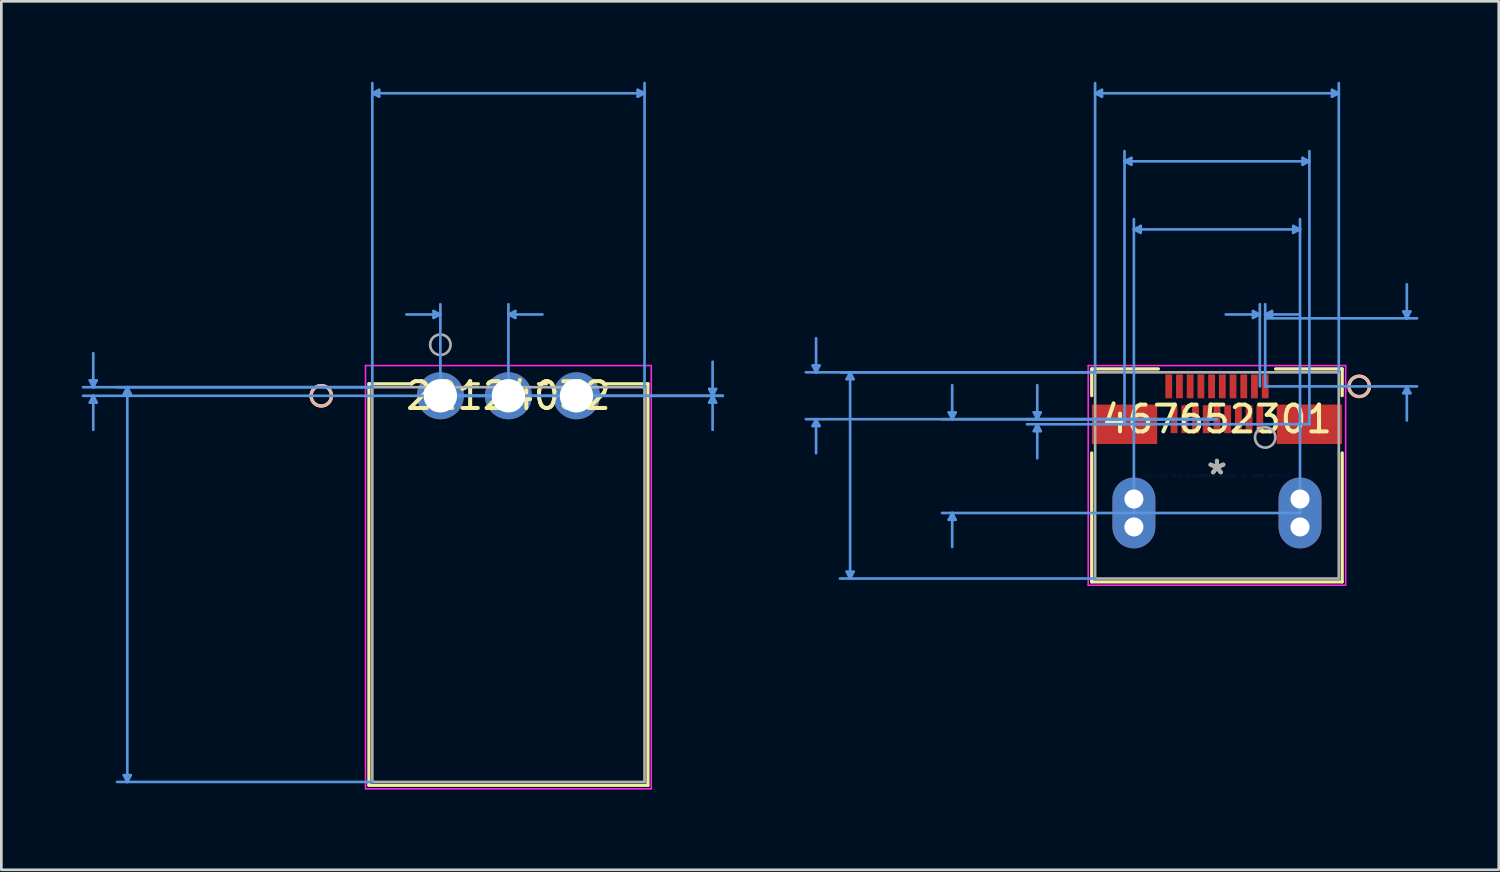
<source format=kicad_pcb>
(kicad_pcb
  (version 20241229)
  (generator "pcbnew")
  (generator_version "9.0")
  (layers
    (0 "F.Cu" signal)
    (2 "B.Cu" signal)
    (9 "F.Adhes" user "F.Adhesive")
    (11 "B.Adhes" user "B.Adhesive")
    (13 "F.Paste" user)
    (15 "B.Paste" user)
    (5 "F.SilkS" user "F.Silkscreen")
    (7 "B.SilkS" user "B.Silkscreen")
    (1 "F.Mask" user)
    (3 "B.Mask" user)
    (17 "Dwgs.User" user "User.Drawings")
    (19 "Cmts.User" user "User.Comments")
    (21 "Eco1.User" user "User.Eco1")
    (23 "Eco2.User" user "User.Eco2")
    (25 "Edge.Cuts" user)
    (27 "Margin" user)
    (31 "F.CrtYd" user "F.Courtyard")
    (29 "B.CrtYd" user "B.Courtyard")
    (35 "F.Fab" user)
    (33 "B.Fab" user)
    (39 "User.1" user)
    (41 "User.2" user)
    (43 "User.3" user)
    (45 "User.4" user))
  (footprint "22124032"
    (layer "F.Cu")
    (at 13.385 11.721)
    (property "Reference" "22124032" (at 2.54 0 0) (layer "F.SilkS") (effects (font (size 1 1) (thickness 0.15))))
    (attr through_hole)
    (fp_line (start -2.667 -0.447) (end -2.667 14.539) (stroke (width 0.12) (type solid)) (layer "F.SilkS"))
    (fp_line (start -2.667 14.539) (end 7.747 14.539) (stroke (width 0.12) (type solid)) (layer "F.SilkS"))
    (fp_line (start -1.123 -0.447) (end -2.667 -0.447) (stroke (width 0.12) (type solid)) (layer "F.SilkS"))
    (fp_line (start 1.417 -0.447) (end 1.123 -0.447) (stroke (width 0.12) (type solid)) (layer "F.SilkS"))
    (fp_line (start 3.957 -0.447) (end 3.663 -0.447) (stroke (width 0.12) (type solid)) (layer "F.SilkS"))
    (fp_line (start 7.747 -0.447) (end 6.203 -0.447) (stroke (width 0.12) (type solid)) (layer "F.SilkS"))
    (fp_line (start 7.747 14.539) (end 7.747 -0.447) (stroke (width 0.12) (type solid)) (layer "F.SilkS"))
    (fp_circle (center -4.445 0) (end -4.064 0) (stroke (width 0.12) (type solid)) (fill no) (layer "F.SilkS"))
    (fp_circle (center -4.445 0) (end -4.064 0) (stroke (width 0.12) (type solid)) (fill no) (layer "B.SilkS"))
    (fp_line (start -13.081 -0.574) (end -12.827 -0.574) (stroke (width 0.1) (type solid)) (layer "Cmts.User"))
    (fp_line (start -13.081 0.254) (end -12.827 0.254) (stroke (width 0.1) (type solid)) (layer "Cmts.User"))
    (fp_line (start -12.954 -0.32) (end -13.081 -0.574) (stroke (width 0.1) (type solid)) (layer "Cmts.User"))
    (fp_line (start -12.954 -0.32) (end -12.954 -1.59) (stroke (width 0.1) (type solid)) (layer "Cmts.User"))
    (fp_line (start -12.954 -0.32) (end -12.827 -0.574) (stroke (width 0.1) (type solid)) (layer "Cmts.User"))
    (fp_line (start -12.954 0) (end -13.081 0.254) (stroke (width 0.1) (type solid)) (layer "Cmts.User"))
    (fp_line (start -12.954 0) (end -12.954 1.27) (stroke (width 0.1) (type solid)) (layer "Cmts.User"))
    (fp_line (start -12.954 0) (end -12.827 0.254) (stroke (width 0.1) (type solid)) (layer "Cmts.User"))
    (fp_line (start -11.811 -0.066) (end -11.557 -0.066) (stroke (width 0.1) (type solid)) (layer "Cmts.User"))
    (fp_line (start -11.811 14.158) (end -11.557 14.158) (stroke (width 0.1) (type solid)) (layer "Cmts.User"))
    (fp_line (start -11.684 -0.32) (end -11.811 -0.066) (stroke (width 0.1) (type solid)) (layer "Cmts.User"))
    (fp_line (start -11.684 -0.32) (end -11.684 14.412) (stroke (width 0.1) (type solid)) (layer "Cmts.User"))
    (fp_line (start -11.684 -0.32) (end -11.557 -0.066) (stroke (width 0.1) (type solid)) (layer "Cmts.User"))
    (fp_line (start -11.684 14.412) (end -11.811 14.158) (stroke (width 0.1) (type solid)) (layer "Cmts.User"))
    (fp_line (start -11.684 14.412) (end -11.557 14.158) (stroke (width 0.1) (type solid)) (layer "Cmts.User"))
    (fp_line (start -2.54 -11.29) (end -2.286 -11.417) (stroke (width 0.1) (type solid)) (layer "Cmts.User"))
    (fp_line (start -2.54 -11.29) (end -2.286 -11.163) (stroke (width 0.1) (type solid)) (layer "Cmts.User"))
    (fp_line (start -2.54 -11.29) (end 7.62 -11.29) (stroke (width 0.1) (type solid)) (layer "Cmts.User"))
    (fp_line (start -2.54 -0.32) (end -13.335 -0.32) (stroke (width 0.1) (type solid)) (layer "Cmts.User"))
    (fp_line (start -2.54 -0.32) (end -12.065 -0.32) (stroke (width 0.1) (type solid)) (layer "Cmts.User"))
    (fp_line (start -2.54 -0.32) (end -2.54 -11.671) (stroke (width 0.1) (type solid)) (layer "Cmts.User"))
    (fp_line (start -2.54 14.412) (end -12.065 14.412) (stroke (width 0.1) (type solid)) (layer "Cmts.User"))
    (fp_line (start -2.286 -11.417) (end -2.286 -11.163) (stroke (width 0.1) (type solid)) (layer "Cmts.User"))
    (fp_line (start -0.254 -3.162) (end -0.254 -2.908) (stroke (width 0.1) (type solid)) (layer "Cmts.User"))
    (fp_line (start 0 -3.035) (end -1.27 -3.035) (stroke (width 0.1) (type solid)) (layer "Cmts.User"))
    (fp_line (start 0 -3.035) (end -0.254 -3.162) (stroke (width 0.1) (type solid)) (layer "Cmts.User"))
    (fp_line (start 0 -3.035) (end -0.254 -2.908) (stroke (width 0.1) (type solid)) (layer "Cmts.User"))
    (fp_line (start 0 0) (end 0 -3.416) (stroke (width 0.1) (type solid)) (layer "Cmts.User"))
    (fp_line (start 0 0) (end 10.541 0) (stroke (width 0.1) (type solid)) (layer "Cmts.User"))
    (fp_line (start 0 0) (end 10.541 0) (stroke (width 0.1) (type solid)) (layer "Cmts.User"))
    (fp_line (start 2.54 -3.035) (end 2.794 -3.162) (stroke (width 0.1) (type solid)) (layer "Cmts.User"))
    (fp_line (start 2.54 -3.035) (end 2.794 -2.908) (stroke (width 0.1) (type solid)) (layer "Cmts.User"))
    (fp_line (start 2.54 -3.035) (end 3.81 -3.035) (stroke (width 0.1) (type solid)) (layer "Cmts.User"))
    (fp_line (start 2.54 0) (end -13.335 0) (stroke (width 0.1) (type solid)) (layer "Cmts.User"))
    (fp_line (start 2.54 0) (end 2.54 -3.416) (stroke (width 0.1) (type solid)) (layer "Cmts.User"))
    (fp_line (start 2.794 -3.162) (end 2.794 -2.908) (stroke (width 0.1) (type solid)) (layer "Cmts.User"))
    (fp_line (start 7.366 -11.417) (end 7.366 -11.163) (stroke (width 0.1) (type solid)) (layer "Cmts.User"))
    (fp_line (start 7.62 -11.29) (end 7.366 -11.417) (stroke (width 0.1) (type solid)) (layer "Cmts.User"))
    (fp_line (start 7.62 -11.29) (end 7.366 -11.163) (stroke (width 0.1) (type solid)) (layer "Cmts.User"))
    (fp_line (start 7.62 -0.32) (end 7.62 -11.671) (stroke (width 0.1) (type solid)) (layer "Cmts.User"))
    (fp_line (start 10.033 -0.254) (end 10.287 -0.254) (stroke (width 0.1) (type solid)) (layer "Cmts.User"))
    (fp_line (start 10.033 0.254) (end 10.287 0.254) (stroke (width 0.1) (type solid)) (layer "Cmts.User"))
    (fp_line (start 10.16 0) (end 10.033 -0.254) (stroke (width 0.1) (type solid)) (layer "Cmts.User"))
    (fp_line (start 10.16 0) (end 10.033 0.254) (stroke (width 0.1) (type solid)) (layer "Cmts.User"))
    (fp_line (start 10.16 0) (end 10.16 -1.27) (stroke (width 0.1) (type solid)) (layer "Cmts.User"))
    (fp_line (start 10.16 0) (end 10.16 1.27) (stroke (width 0.1) (type solid)) (layer "Cmts.User"))
    (fp_line (start 10.16 0) (end 10.287 -0.254) (stroke (width 0.1) (type solid)) (layer "Cmts.User"))
    (fp_line (start 10.16 0) (end 10.287 0.254) (stroke (width 0.1) (type solid)) (layer "Cmts.User"))
    (fp_line (start -2.794 -1.13) (end -2.794 14.666) (stroke (width 0.05) (type solid)) (layer "F.CrtYd"))
    (fp_line (start -2.794 -1.13) (end -2.794 14.666) (stroke (width 0.05) (type solid)) (layer "F.CrtYd"))
    (fp_line (start -2.794 14.666) (end 7.874 14.666) (stroke (width 0.05) (type solid)) (layer "F.CrtYd"))
    (fp_line (start -2.794 14.666) (end 7.874 14.666) (stroke (width 0.05) (type solid)) (layer "F.CrtYd"))
    (fp_line (start 7.874 -1.13) (end -2.794 -1.13) (stroke (width 0.05) (type solid)) (layer "F.CrtYd"))
    (fp_line (start 7.874 -1.13) (end -2.794 -1.13) (stroke (width 0.05) (type solid)) (layer "F.CrtYd"))
    (fp_line (start 7.874 14.666) (end 7.874 -1.13) (stroke (width 0.05) (type solid)) (layer "F.CrtYd"))
    (fp_line (start 7.874 14.666) (end 7.874 -1.13) (stroke (width 0.05) (type solid)) (layer "F.CrtYd"))
    (fp_line (start -2.54 -0.32) (end -2.54 14.412) (stroke (width 0.1) (type solid)) (layer "F.Fab"))
    (fp_line (start -2.54 14.412) (end 7.62 14.412) (stroke (width 0.1) (type solid)) (layer "F.Fab"))
    (fp_line (start 7.62 -0.32) (end -2.54 -0.32) (stroke (width 0.1) (type solid)) (layer "F.Fab"))
    (fp_line (start 7.62 14.412) (end 7.62 -0.32) (stroke (width 0.1) (type solid)) (layer "F.Fab"))
    (fp_circle (center 0 -1.905) (end 0.381 -1.905) (stroke (width 0.1) (type solid)) (fill no) (layer "F.Fab"))
    (fp_text user "*" (at 0 0 0) (layer "F.SilkS") (effects (font (size 1 1) (thickness 0.15))))
    (fp_text user "Copyright 2021 Accelerated Designs. All rights reserved." (at 0 0 0) (layer "Cmts.User") (effects (font (size 0.127 0.127) (thickness 0.002))))
    (fp_text user "*" (at 0 0 0) (layer "F.Fab") (effects (font (size 1 1) (thickness 0.15))))
    (pad "1" thru_hole circle (at 0 0) (size 1.753 1.753) (drill 1.245) (layers "*.Cu" "*.Mask"))
    (pad "2" thru_hole circle (at 2.54 0) (size 1.753 1.753) (drill 1.245) (layers "*.Cu" "*.Mask"))
    (pad "3" thru_hole circle (at 5.08 0) (size 1.753 1.753) (drill 1.245) (layers "*.Cu" "*.Mask")))
  (footprint "467652301"
    (layer "F.Cu")
    (at 42.368 14.693)
    (property "Reference" "467652301" (at 0 -2.098 0) (layer "F.SilkS") (effects (font (size 1 1) (thickness 0.15))))
    (attr through_hole)
    (fp_line (start -4.674 -3.975) (end -4.674 -2.977) (stroke (width 0.12) (type solid)) (layer "F.SilkS"))
    (fp_line (start -4.674 -0.839) (end -4.674 3.975) (stroke (width 0.12) (type solid)) (layer "F.SilkS"))
    (fp_line (start -4.674 3.975) (end 4.674 3.975) (stroke (width 0.12) (type solid)) (layer "F.SilkS"))
    (fp_line (start -2.187 -3.975) (end -4.674 -3.975) (stroke (width 0.12) (type solid)) (layer "F.SilkS"))
    (fp_line (start 4.674 -3.975) (end 2.187 -3.975) (stroke (width 0.12) (type solid)) (layer "F.SilkS"))
    (fp_line (start 4.674 -2.977) (end 4.674 -3.975) (stroke (width 0.12) (type solid)) (layer "F.SilkS"))
    (fp_line (start 4.674 3.975) (end 4.674 -0.839) (stroke (width 0.12) (type solid)) (layer "F.SilkS"))
    (fp_circle (center 5.309 -3.323) (end 5.69 -3.323) (stroke (width 0.12) (type solid)) (fill no) (layer "F.SilkS"))
    (fp_circle (center 5.309 -3.323) (end 5.69 -3.323) (stroke (width 0.12) (type solid)) (fill no) (layer "B.SilkS"))
    (fp_line (start -15.088 -4.102) (end -14.834 -4.102) (stroke (width 0.1) (type solid)) (layer "Cmts.User"))
    (fp_line (start -15.088 -1.844) (end -14.834 -1.844) (stroke (width 0.1) (type solid)) (layer "Cmts.User"))
    (fp_line (start -14.961 -3.848) (end -15.088 -4.102) (stroke (width 0.1) (type solid)) (layer "Cmts.User"))
    (fp_line (start -14.961 -3.848) (end -14.961 -5.118) (stroke (width 0.1) (type solid)) (layer "Cmts.User"))
    (fp_line (start -14.961 -3.848) (end -14.834 -4.102) (stroke (width 0.1) (type solid)) (layer "Cmts.User"))
    (fp_line (start -14.961 -2.098) (end -15.088 -1.844) (stroke (width 0.1) (type solid)) (layer "Cmts.User"))
    (fp_line (start -14.961 -2.098) (end -14.961 -0.828) (stroke (width 0.1) (type solid)) (layer "Cmts.User"))
    (fp_line (start -14.961 -2.098) (end -14.834 -1.844) (stroke (width 0.1) (type solid)) (layer "Cmts.User"))
    (fp_line (start -13.818 -3.594) (end -13.564 -3.594) (stroke (width 0.1) (type solid)) (layer "Cmts.User"))
    (fp_line (start -13.818 3.594) (end -13.564 3.594) (stroke (width 0.1) (type solid)) (layer "Cmts.User"))
    (fp_line (start -13.691 -3.848) (end -13.818 -3.594) (stroke (width 0.1) (type solid)) (layer "Cmts.User"))
    (fp_line (start -13.691 -3.848) (end -13.691 3.848) (stroke (width 0.1) (type solid)) (layer "Cmts.User"))
    (fp_line (start -13.691 -3.848) (end -13.564 -3.594) (stroke (width 0.1) (type solid)) (layer "Cmts.User"))
    (fp_line (start -13.691 3.848) (end -13.818 3.594) (stroke (width 0.1) (type solid)) (layer "Cmts.User"))
    (fp_line (start -13.691 3.848) (end -13.564 3.594) (stroke (width 0.1) (type solid)) (layer "Cmts.User"))
    (fp_line (start -10.008 -2.352) (end -9.754 -2.352) (stroke (width 0.1) (type solid)) (layer "Cmts.User"))
    (fp_line (start -10.008 1.656) (end -9.754 1.656) (stroke (width 0.1) (type solid)) (layer "Cmts.User"))
    (fp_line (start -9.881 -2.098) (end -10.008 -2.352) (stroke (width 0.1) (type solid)) (layer "Cmts.User"))
    (fp_line (start -9.881 -2.098) (end -9.881 -3.368) (stroke (width 0.1) (type solid)) (layer "Cmts.User"))
    (fp_line (start -9.881 -2.098) (end -9.754 -2.352) (stroke (width 0.1) (type solid)) (layer "Cmts.User"))
    (fp_line (start -9.881 1.402) (end -10.008 1.656) (stroke (width 0.1) (type solid)) (layer "Cmts.User"))
    (fp_line (start -9.881 1.402) (end -9.881 2.672) (stroke (width 0.1) (type solid)) (layer "Cmts.User"))
    (fp_line (start -9.881 1.402) (end -9.754 1.656) (stroke (width 0.1) (type solid)) (layer "Cmts.User"))
    (fp_line (start -6.833 -2.352) (end -6.579 -2.352) (stroke (width 0.1) (type solid)) (layer "Cmts.User"))
    (fp_line (start -6.833 -1.654) (end -6.579 -1.654) (stroke (width 0.1) (type solid)) (layer "Cmts.User"))
    (fp_line (start -6.706 -2.098) (end -6.833 -2.352) (stroke (width 0.1) (type solid)) (layer "Cmts.User"))
    (fp_line (start -6.706 -2.098) (end -6.706 -3.368) (stroke (width 0.1) (type solid)) (layer "Cmts.User"))
    (fp_line (start -6.706 -2.098) (end -6.579 -2.352) (stroke (width 0.1) (type solid)) (layer "Cmts.User"))
    (fp_line (start -6.706 -1.908) (end -6.833 -1.654) (stroke (width 0.1) (type solid)) (layer "Cmts.User"))
    (fp_line (start -6.706 -1.908) (end -6.706 -0.638) (stroke (width 0.1) (type solid)) (layer "Cmts.User"))
    (fp_line (start -6.706 -1.908) (end -6.579 -1.654) (stroke (width 0.1) (type solid)) (layer "Cmts.User"))
    (fp_line (start -4.547 -14.262) (end -4.293 -14.389) (stroke (width 0.1) (type solid)) (layer "Cmts.User"))
    (fp_line (start -4.547 -14.262) (end -4.293 -14.135) (stroke (width 0.1) (type solid)) (layer "Cmts.User"))
    (fp_line (start -4.547 -14.262) (end 4.547 -14.262) (stroke (width 0.1) (type solid)) (layer "Cmts.User"))
    (fp_line (start -4.547 -3.848) (end -15.342 -3.848) (stroke (width 0.1) (type solid)) (layer "Cmts.User"))
    (fp_line (start -4.547 -3.848) (end -14.072 -3.848) (stroke (width 0.1) (type solid)) (layer "Cmts.User"))
    (fp_line (start -4.547 -3.848) (end -4.547 -14.643) (stroke (width 0.1) (type solid)) (layer "Cmts.User"))
    (fp_line (start -4.547 3.848) (end -14.072 3.848) (stroke (width 0.1) (type solid)) (layer "Cmts.User"))
    (fp_line (start -4.293 -14.389) (end -4.293 -14.135) (stroke (width 0.1) (type solid)) (layer "Cmts.User"))
    (fp_line (start -3.45 -11.722) (end -3.196 -11.849) (stroke (width 0.1) (type solid)) (layer "Cmts.User"))
    (fp_line (start -3.45 -11.722) (end -3.196 -11.595) (stroke (width 0.1) (type solid)) (layer "Cmts.User"))
    (fp_line (start -3.45 -11.722) (end 3.45 -11.722) (stroke (width 0.1) (type solid)) (layer "Cmts.User"))
    (fp_line (start -3.45 -1.908) (end -3.45 -12.103) (stroke (width 0.1) (type solid)) (layer "Cmts.User"))
    (fp_line (start -3.196 -11.849) (end -3.196 -11.595) (stroke (width 0.1) (type solid)) (layer "Cmts.User"))
    (fp_line (start -3.1 -9.182) (end -2.846 -9.309) (stroke (width 0.1) (type solid)) (layer "Cmts.User"))
    (fp_line (start -3.1 -9.182) (end -2.846 -9.055) (stroke (width 0.1) (type solid)) (layer "Cmts.User"))
    (fp_line (start -3.1 -9.182) (end 3.1 -9.182) (stroke (width 0.1) (type solid)) (layer "Cmts.User"))
    (fp_line (start -3.1 1.402) (end -3.1 -9.563) (stroke (width 0.1) (type solid)) (layer "Cmts.User"))
    (fp_line (start -2.846 -9.309) (end -2.846 -9.055) (stroke (width 0.1) (type solid)) (layer "Cmts.User"))
    (fp_line (start 0 -2.098) (end -15.342 -2.098) (stroke (width 0.1) (type solid)) (layer "Cmts.User"))
    (fp_line (start 0 -2.098) (end -10.262 -2.098) (stroke (width 0.1) (type solid)) (layer "Cmts.User"))
    (fp_line (start 0 -2.098) (end -7.087 -2.098) (stroke (width 0.1) (type solid)) (layer "Cmts.User"))
    (fp_line (start 1.346 -6.134) (end 1.346 -5.88) (stroke (width 0.1) (type solid)) (layer "Cmts.User"))
    (fp_line (start 1.6 -6.007) (end 0.33 -6.007) (stroke (width 0.1) (type solid)) (layer "Cmts.User"))
    (fp_line (start 1.6 -6.007) (end 1.346 -6.134) (stroke (width 0.1) (type solid)) (layer "Cmts.User"))
    (fp_line (start 1.6 -6.007) (end 1.346 -5.88) (stroke (width 0.1) (type solid)) (layer "Cmts.User"))
    (fp_line (start 1.6 -3.323) (end 1.6 -6.388) (stroke (width 0.1) (type solid)) (layer "Cmts.User"))
    (fp_line (start 1.8 -6.007) (end 2.054 -6.134) (stroke (width 0.1) (type solid)) (layer "Cmts.User"))
    (fp_line (start 1.8 -6.007) (end 2.054 -5.88) (stroke (width 0.1) (type solid)) (layer "Cmts.User"))
    (fp_line (start 1.8 -6.007) (end 3.07 -6.007) (stroke (width 0.1) (type solid)) (layer "Cmts.User"))
    (fp_line (start 1.8 -5.863) (end 7.468 -5.863) (stroke (width 0.1) (type solid)) (layer "Cmts.User"))
    (fp_line (start 1.8 -3.323) (end 1.8 -6.388) (stroke (width 0.1) (type solid)) (layer "Cmts.User"))
    (fp_line (start 1.8 -3.323) (end 7.468 -3.323) (stroke (width 0.1) (type solid)) (layer "Cmts.User"))
    (fp_line (start 2.054 -6.134) (end 2.054 -5.88) (stroke (width 0.1) (type solid)) (layer "Cmts.User"))
    (fp_line (start 2.846 -9.309) (end 2.846 -9.055) (stroke (width 0.1) (type solid)) (layer "Cmts.User"))
    (fp_line (start 3.1 -9.182) (end 2.846 -9.309) (stroke (width 0.1) (type solid)) (layer "Cmts.User"))
    (fp_line (start 3.1 -9.182) (end 2.846 -9.055) (stroke (width 0.1) (type solid)) (layer "Cmts.User"))
    (fp_line (start 3.1 1.402) (end -10.262 1.402) (stroke (width 0.1) (type solid)) (layer "Cmts.User"))
    (fp_line (start 3.1 1.402) (end 3.1 -9.563) (stroke (width 0.1) (type solid)) (layer "Cmts.User"))
    (fp_line (start 3.196 -11.849) (end 3.196 -11.595) (stroke (width 0.1) (type solid)) (layer "Cmts.User"))
    (fp_line (start 3.45 -11.722) (end 3.196 -11.849) (stroke (width 0.1) (type solid)) (layer "Cmts.User"))
    (fp_line (start 3.45 -11.722) (end 3.196 -11.595) (stroke (width 0.1) (type solid)) (layer "Cmts.User"))
    (fp_line (start 3.45 -1.908) (end -7.087 -1.908) (stroke (width 0.1) (type solid)) (layer "Cmts.User"))
    (fp_line (start 3.45 -1.908) (end 3.45 -12.103) (stroke (width 0.1) (type solid)) (layer "Cmts.User"))
    (fp_line (start 4.293 -14.389) (end 4.293 -14.135) (stroke (width 0.1) (type solid)) (layer "Cmts.User"))
    (fp_line (start 4.547 -14.262) (end 4.293 -14.389) (stroke (width 0.1) (type solid)) (layer "Cmts.User"))
    (fp_line (start 4.547 -14.262) (end 4.293 -14.135) (stroke (width 0.1) (type solid)) (layer "Cmts.User"))
    (fp_line (start 4.547 -3.848) (end 4.547 -14.643) (stroke (width 0.1) (type solid)) (layer "Cmts.User"))
    (fp_line (start 6.96 -6.117) (end 7.214 -6.117) (stroke (width 0.1) (type solid)) (layer "Cmts.User"))
    (fp_line (start 6.96 -3.069) (end 7.214 -3.069) (stroke (width 0.1) (type solid)) (layer "Cmts.User"))
    (fp_line (start 7.087 -5.863) (end 6.96 -6.117) (stroke (width 0.1) (type solid)) (layer "Cmts.User"))
    (fp_line (start 7.087 -5.863) (end 7.087 -7.133) (stroke (width 0.1) (type solid)) (layer "Cmts.User"))
    (fp_line (start 7.087 -5.863) (end 7.214 -6.117) (stroke (width 0.1) (type solid)) (layer "Cmts.User"))
    (fp_line (start 7.087 -3.323) (end 6.96 -3.069) (stroke (width 0.1) (type solid)) (layer "Cmts.User"))
    (fp_line (start 7.087 -3.323) (end 7.087 -2.053) (stroke (width 0.1) (type solid)) (layer "Cmts.User"))
    (fp_line (start 7.087 -3.323) (end 7.214 -3.069) (stroke (width 0.1) (type solid)) (layer "Cmts.User"))
    (fp_line (start -4.801 -4.102) (end -4.801 4.102) (stroke (width 0.05) (type solid)) (layer "F.CrtYd"))
    (fp_line (start -4.801 -4.102) (end -4.801 4.102) (stroke (width 0.05) (type solid)) (layer "F.CrtYd"))
    (fp_line (start -4.801 4.102) (end 4.801 4.102) (stroke (width 0.05) (type solid)) (layer "F.CrtYd"))
    (fp_line (start -4.801 4.102) (end 4.801 4.102) (stroke (width 0.05) (type solid)) (layer "F.CrtYd"))
    (fp_line (start 4.801 -4.102) (end -4.801 -4.102) (stroke (width 0.05) (type solid)) (layer "F.CrtYd"))
    (fp_line (start 4.801 -4.102) (end -4.801 -4.102) (stroke (width 0.05) (type solid)) (layer "F.CrtYd"))
    (fp_line (start 4.801 4.102) (end 4.801 -4.102) (stroke (width 0.05) (type solid)) (layer "F.CrtYd"))
    (fp_line (start 4.801 4.102) (end 4.801 -4.102) (stroke (width 0.05) (type solid)) (layer "F.CrtYd"))
    (fp_line (start -4.547 -3.848) (end -4.547 3.848) (stroke (width 0.1) (type solid)) (layer "F.Fab"))
    (fp_line (start -4.547 3.848) (end 4.547 3.848) (stroke (width 0.1) (type solid)) (layer "F.Fab"))
    (fp_line (start 4.547 -3.848) (end -4.547 -3.848) (stroke (width 0.1) (type solid)) (layer "F.Fab"))
    (fp_line (start 4.547 3.848) (end 4.547 -3.848) (stroke (width 0.1) (type solid)) (layer "F.Fab"))
    (fp_circle (center 1.8 -1.418) (end 2.181 -1.418) (stroke (width 0.1) (type solid)) (fill no) (layer "F.Fab"))
    (fp_text user "*" (at 0 0 0) (layer "F.SilkS") (effects (font (size 1 1) (thickness 0.15))))
    (fp_text user "Copyright 2021 Accelerated Designs. All rights reserved." (at 0 0 0) (layer "Cmts.User") (effects (font (size 0.127 0.127) (thickness 0.002))))
    (fp_text user "*" (at 0 0 0) (layer "F.Fab") (effects (font (size 1 1) (thickness 0.15))))
    (pad "" np_thru_hole circle (at -3.1 0.881 90) (size 0.711 0.711) (drill 0.711) (layers "*.Cu" "*.Mask"))
    (pad "" np_thru_hole circle (at -3.1 1.923 90) (size 0.711 0.711) (drill 0.711) (layers "*.Cu" "*.Mask"))
    (pad "" np_thru_hole circle (at 3.1 0.881) (size 0.711 0.711) (drill 0.711) (layers "*.Cu" "*.Mask"))
    (pad "" np_thru_hole circle (at 3.1 1.923) (size 0.711 0.711) (drill 0.711) (layers "*.Cu" "*.Mask"))
    (pad "1" smd rect (at 1.8 -3.323) (size 0.254 0.889) (layers "F.Cu" "F.Mask" "F.Paste"))
    (pad "2" smd rect (at 1.6 -2.098) (size 0.254 1.041) (layers "F.Cu" "F.Mask" "F.Paste"))
    (pad "3" smd rect (at 1.4 -3.323) (size 0.254 0.889) (layers "F.Cu" "F.Mask" "F.Paste"))
    (pad "4" smd rect (at 1.2 -2.098) (size 0.254 1.041) (layers "F.Cu" "F.Mask" "F.Paste"))
    (pad "5" smd rect (at 1 -3.323) (size 0.254 0.889) (layers "F.Cu" "F.Mask" "F.Paste"))
    (pad "6" smd rect (at 0.8 -2.098) (size 0.254 1.041) (layers "F.Cu" "F.Mask" "F.Paste"))
    (pad "7" smd rect (at 0.6 -3.323) (size 0.254 0.889) (layers "F.Cu" "F.Mask" "F.Paste"))
    (pad "8" smd rect (at 0.4 -2.098) (size 0.254 1.041) (layers "F.Cu" "F.Mask" "F.Paste"))
    (pad "9" smd rect (at 0.2 -3.323) (size 0.254 0.889) (layers "F.Cu" "F.Mask" "F.Paste"))
    (pad "10" smd rect (at 0 -2.098) (size 0.254 1.041) (layers "F.Cu" "F.Mask" "F.Paste"))
    (pad "11" smd rect (at -0.2 -3.323) (size 0.254 0.889) (layers "F.Cu" "F.Mask" "F.Paste"))
    (pad "12" smd rect (at -0.4 -2.098) (size 0.254 1.041) (layers "F.Cu" "F.Mask" "F.Paste"))
    (pad "13" smd rect (at -0.6 -3.323) (size 0.254 0.889) (layers "F.Cu" "F.Mask" "F.Paste"))
    (pad "14" smd rect (at -0.8 -2.098) (size 0.254 1.041) (layers "F.Cu" "F.Mask" "F.Paste"))
    (pad "15" smd rect (at -1 -3.323) (size 0.254 0.889) (layers "F.Cu" "F.Mask" "F.Paste"))
    (pad "16" smd rect (at -1.2 -2.098) (size 0.254 1.041) (layers "F.Cu" "F.Mask" "F.Paste"))
    (pad "17" smd rect (at -1.4 -3.323) (size 0.254 0.889) (layers "F.Cu" "F.Mask" "F.Paste"))
    (pad "18" smd rect (at -1.6 -2.098) (size 0.254 1.041) (layers "F.Cu" "F.Mask" "F.Paste"))
    (pad "19" smd rect (at -1.8 -3.323) (size 0.254 0.889) (layers "F.Cu" "F.Mask" "F.Paste"))
    (pad "20" smd rect (at -3.45 -1.908 90) (size 1.473 2.438) (layers "F.Cu" "F.Mask" "F.Paste"))
    (pad "21" smd rect (at 3.45 -1.908 90) (size 1.473 2.438) (layers "F.Cu" "F.Mask" "F.Paste"))
    (pad "S_1" thru_hole oval (at -3.1 1.402 90) (size 2.642 1.6) (drill 0.025) (layers "*.Cu" "*.Mask"))
    (pad "S_2" thru_hole oval (at 3.1 1.402 90) (size 2.642 1.6) (drill 0.025) (layers "*.Cu" "*.Mask")))
  (gr_rect
    (start -3 -3)
    (end 52.885 29.412)
    (stroke (width 0.1) (type default))
    (fill no)
    (layer "Edge.Cuts")))
</source>
